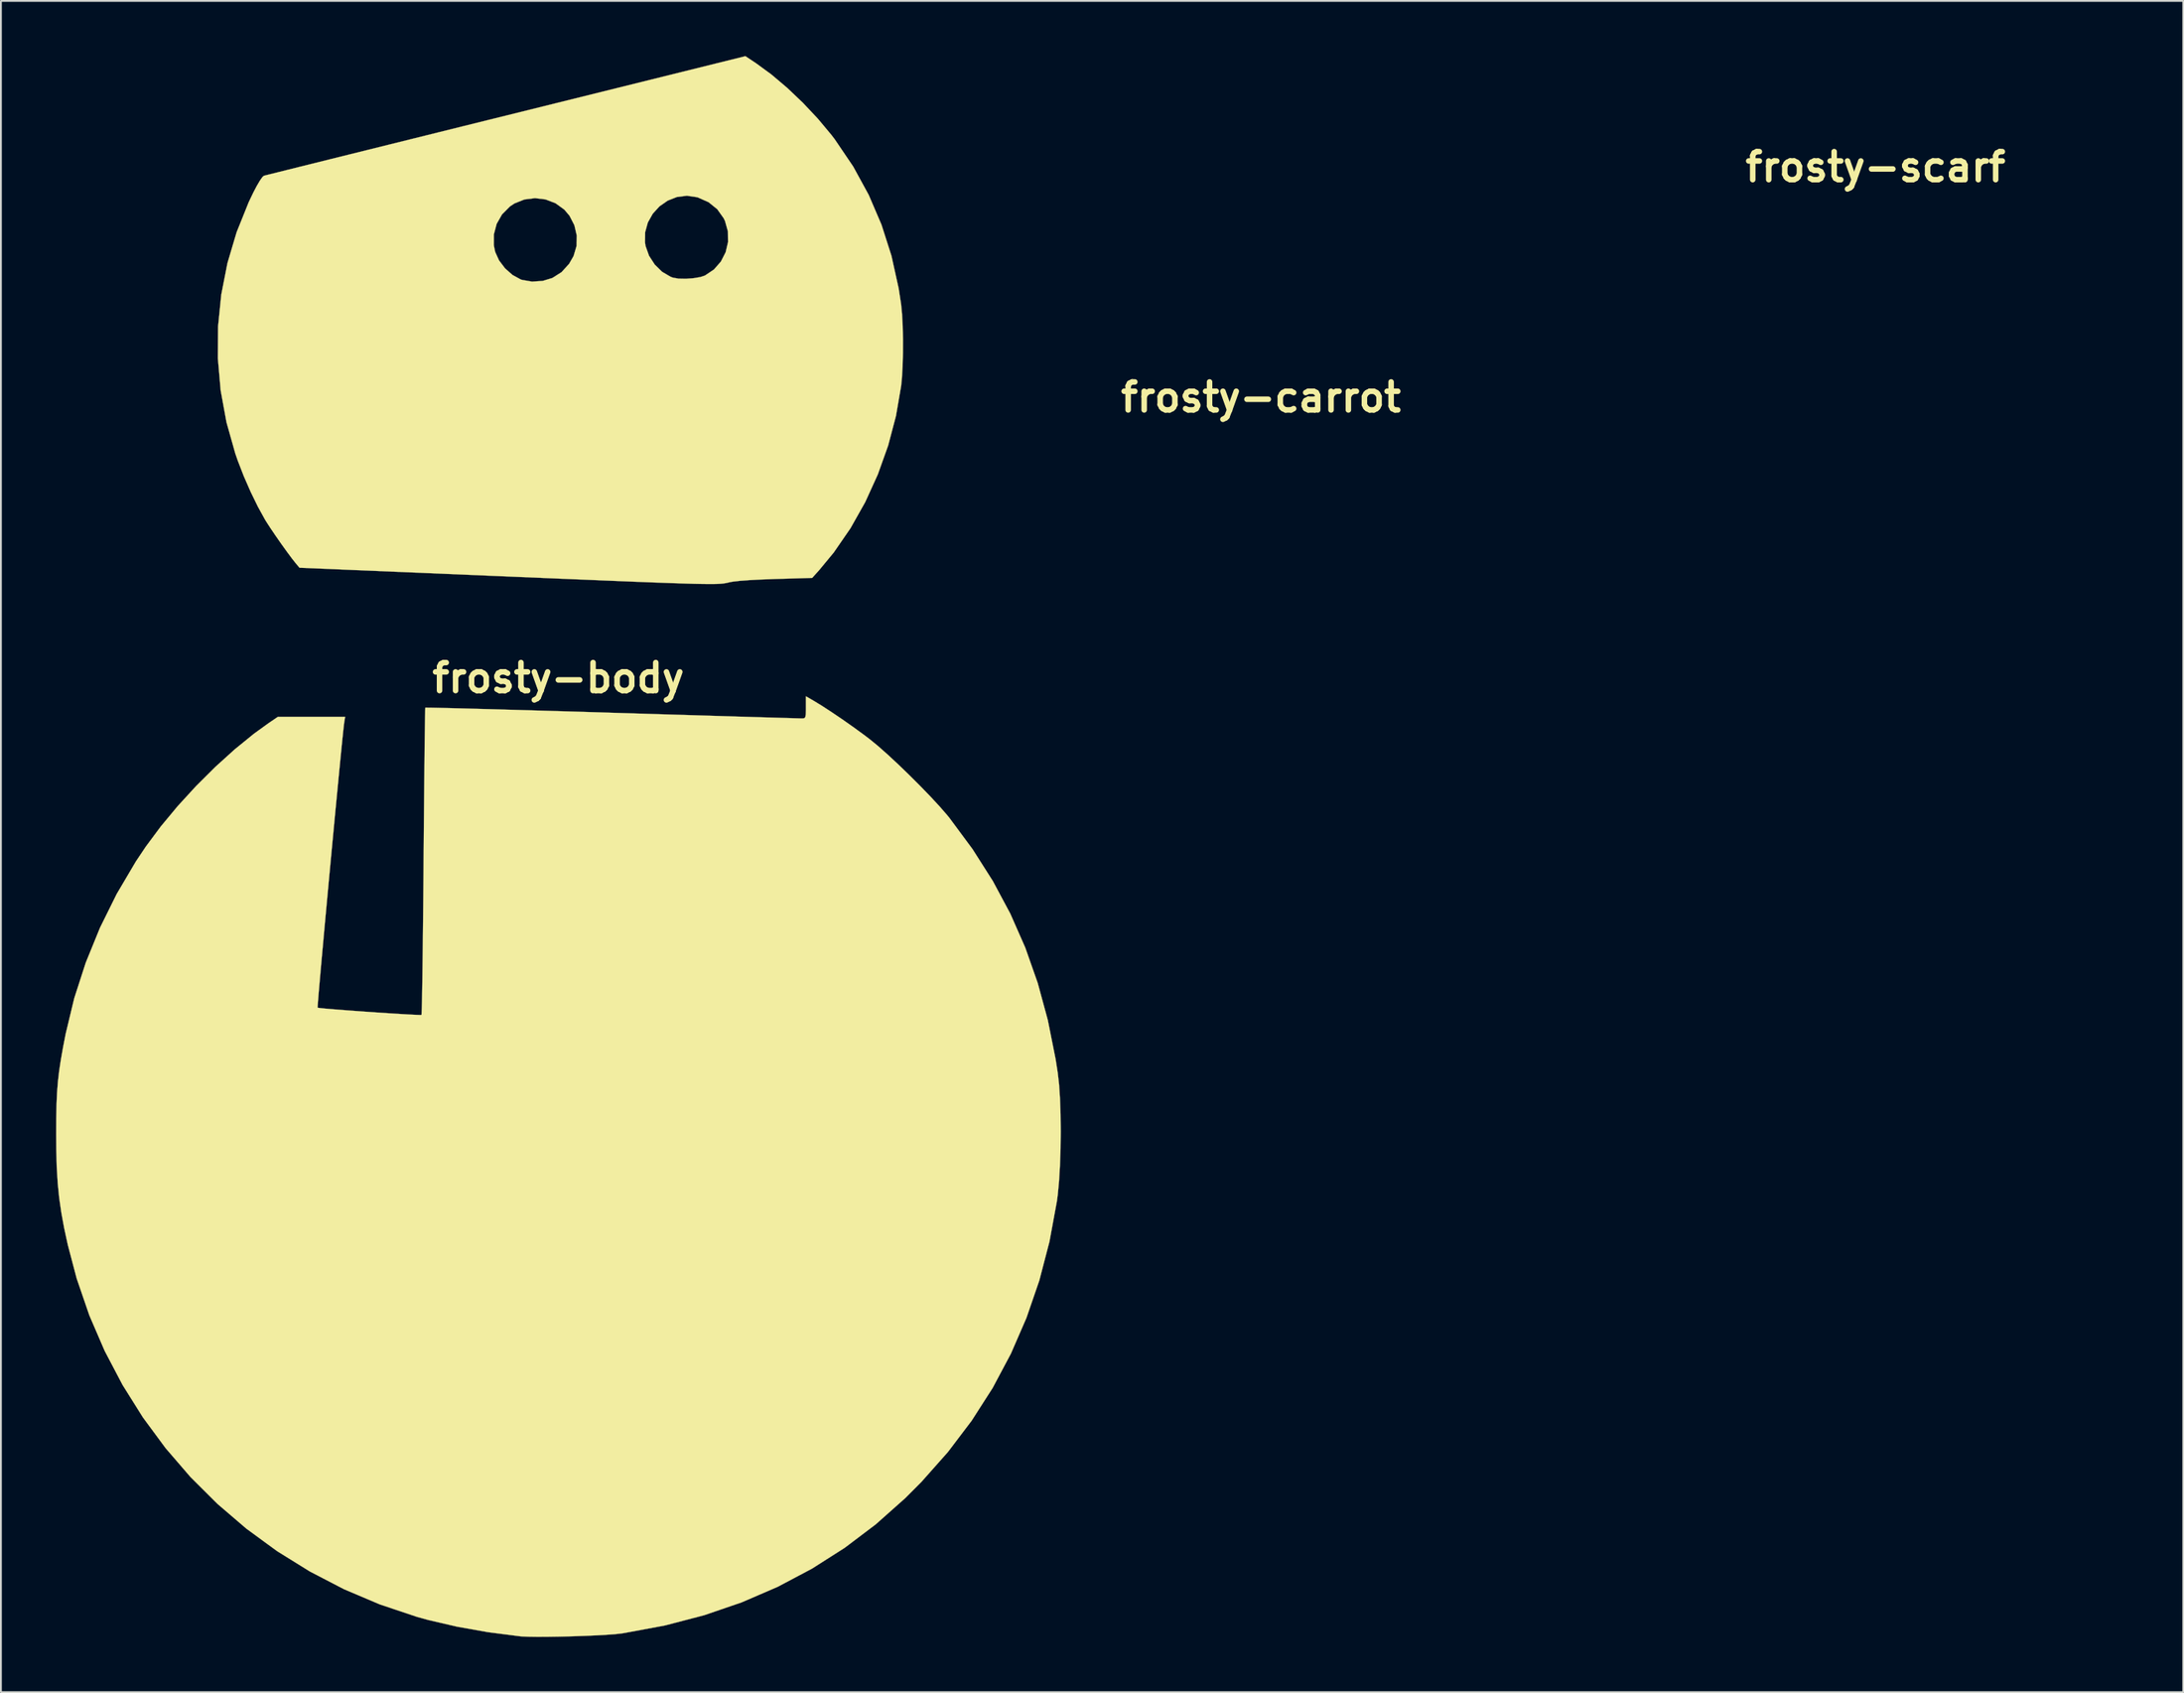
<source format=kicad_pcb>
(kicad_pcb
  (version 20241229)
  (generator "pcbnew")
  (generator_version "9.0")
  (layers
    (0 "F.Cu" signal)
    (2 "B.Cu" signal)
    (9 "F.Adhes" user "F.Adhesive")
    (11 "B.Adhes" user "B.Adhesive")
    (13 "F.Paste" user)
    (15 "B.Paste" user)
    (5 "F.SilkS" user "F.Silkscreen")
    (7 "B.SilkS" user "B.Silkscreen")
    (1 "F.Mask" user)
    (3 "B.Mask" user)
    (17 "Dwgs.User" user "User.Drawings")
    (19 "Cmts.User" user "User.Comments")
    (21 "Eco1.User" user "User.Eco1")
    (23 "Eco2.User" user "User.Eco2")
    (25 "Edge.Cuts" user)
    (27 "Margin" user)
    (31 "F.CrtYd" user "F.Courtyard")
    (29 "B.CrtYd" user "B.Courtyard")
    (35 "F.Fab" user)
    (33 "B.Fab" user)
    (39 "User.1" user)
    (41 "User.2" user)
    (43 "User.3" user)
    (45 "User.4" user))
  (footprint "frosty-scarf"
    (layer "F.Cu")
    (at 98.923 6.027)
    (property "Reference" "frosty-scarf" (at 0 0 0) (layer "F.SilkS") (effects (font (size 1.524 1.524) (thickness 0.3))))
    (attr through_hole)
    (fp_poly (pts (xy -15.675 -6.018) (xy -15.276 -6.007) (xy -14.735 -5.99) (xy -14.064 -5.967) (xy -13.27 -5.939) (xy -12.364 -5.906) (xy -11.355 -5.868) (xy -10.252 -5.826) (xy -9.065 -5.78) (xy -7.803 -5.73) (xy -6.476 -5.677) (xy -5.093 -5.621) (xy -3.664 -5.562) (xy -3.652 -5.562) (xy -1.964 -5.492) (xy -0.436 -5.429) (xy 0.94 -5.373) (xy 2.172 -5.323) (xy 3.269 -5.28) (xy 4.239 -5.242) (xy 5.091 -5.21) (xy 5.833 -5.183) (xy 6.474 -5.161) (xy 7.022 -5.144) (xy 7.486 -5.132) (xy 7.874 -5.124) (xy 8.195 -5.121) (xy 8.458 -5.121) (xy 8.67 -5.125) (xy 8.84 -5.133) (xy 8.977 -5.143) (xy 9.089 -5.157) (xy 9.185 -5.173) (xy 9.259 -5.188) (xy 9.633 -5.249) (xy 10.169 -5.301) (xy 10.86 -5.343) (xy 11.7 -5.376) (xy 11.795 -5.378) (xy 13.726 -5.433) (xy 13.68 -4.939) (xy 13.667 -4.744) (xy 13.651 -4.401) (xy 13.631 -3.933) (xy 13.61 -3.362) (xy 13.587 -2.709) (xy 13.564 -1.997) (xy 13.541 -1.246) (xy 13.538 -1.143) (xy 13.516 -0.413) (xy 13.494 0.263) (xy 13.474 0.866) (xy 13.456 1.377) (xy 13.44 1.779) (xy 13.427 2.052) (xy 13.418 2.18) (xy 13.417 2.187) (xy 13.331 2.188) (xy 13.086 2.183) (xy 12.692 2.175) (xy 12.16 2.161) (xy 11.5 2.144) (xy 10.723 2.123) (xy 9.838 2.098) (xy 8.855 2.07) (xy 7.786 2.039) (xy 6.641 2.005) (xy 5.429 1.969) (xy 4.161 1.93) (xy 3.098 1.898) (xy 1.792 1.858) (xy 0.534 1.82) (xy -0.667 1.785) (xy -1.8 1.752) (xy -2.854 1.721) (xy -3.82 1.694) (xy -4.686 1.671) (xy -5.443 1.651) (xy -6.081 1.635) (xy -6.589 1.624) (xy -6.956 1.617) (xy -7.173 1.614) (xy -7.231 1.616) (xy -7.237 1.704) (xy -7.244 1.949) (xy -7.251 2.341) (xy -7.26 2.868) (xy -7.269 3.518) (xy -7.279 4.28) (xy -7.289 5.143) (xy -7.3 6.094) (xy -7.31 7.123) (xy -7.321 8.218) (xy -7.332 9.367) (xy -7.337 9.984) (xy -7.351 11.517) (xy -7.365 12.902) (xy -7.38 14.134) (xy -7.395 15.213) (xy -7.411 16.135) (xy -7.426 16.899) (xy -7.442 17.503) (xy -7.458 17.945) (xy -7.475 18.221) (xy -7.491 18.331) (xy -7.493 18.333) (xy -7.595 18.332) (xy -7.846 18.319) (xy -8.224 18.297) (xy -8.708 18.267) (xy -9.279 18.23) (xy -9.915 18.187) (xy -10.312 18.159) (xy -10.975 18.112) (xy -11.583 18.067) (xy -12.115 18.024) (xy -12.55 17.987) (xy -12.87 17.957) (xy -13.053 17.935) (xy -13.089 17.927) (xy -13.086 17.84) (xy -13.068 17.599) (xy -13.037 17.219) (xy -12.993 16.713) (xy -12.939 16.096) (xy -12.875 15.382) (xy -12.803 14.586) (xy -12.724 13.722) (xy -12.64 12.805) (xy -12.551 11.849) (xy -12.46 10.868) (xy -12.368 9.877) (xy -12.275 8.89) (xy -12.183 7.922) (xy -12.095 6.986) (xy -12.01 6.098) (xy -11.93 5.272) (xy -11.857 4.521) (xy -11.792 3.861) (xy -11.737 3.306) (xy -11.692 2.87) (xy -11.659 2.568) (xy -11.642 2.434) (xy -11.597 2.117) (xy -16.187 2.117) (xy -16.127 -1.926) (xy -16.114 -2.738) (xy -16.1 -3.497) (xy -16.085 -4.187) (xy -16.069 -4.791) (xy -16.054 -5.293) (xy -16.039 -5.677) (xy -16.026 -5.924) (xy -16.014 -6.019) (xy -16.014 -6.02) (xy -15.924 -6.022) (xy -15.675 -6.018)) (stroke (width 0.01) (type solid)) (fill yes) (layer "F.Mask")))
  (footprint "frosty-body"
    (layer "F.Cu")
    (at 27.307 33.804)
    (property "Reference" "frosty-body" (at 0 0 0) (layer "F.SilkS") (effects (font (size 1.524 1.524) (thickness 0.3))))
    (attr through_hole)
    (fp_poly (pts (xy 10.737 -33.423) (xy 11.572 -32.813) (xy 12.437 -32.082) (xy 13.296 -31.266) (xy 14.111 -30.399) (xy 14.848 -29.516) (xy 15.032 -29.275) (xy 16.031 -27.8) (xy 16.876 -26.255) (xy 17.57 -24.637) (xy 18.112 -22.945) (xy 18.503 -21.175) (xy 18.635 -20.32) (xy 18.687 -19.786) (xy 18.722 -19.133) (xy 18.738 -18.409) (xy 18.736 -17.662) (xy 18.717 -16.941) (xy 18.68 -16.295) (xy 18.638 -15.875) (xy 18.357 -14.244) (xy 17.932 -12.634) (xy 17.371 -11.065) (xy 16.685 -9.558) (xy 15.883 -8.136) (xy 14.975 -6.819) (xy 14.179 -5.857) (xy 13.802 -5.438) (xy 11.791 -5.379) (xy 11.041 -5.351) (xy 10.395 -5.317) (xy 9.871 -5.278) (xy 9.486 -5.234) (xy 9.301 -5.2) (xy 9.21 -5.177) (xy 9.12 -5.158) (xy 9.021 -5.141) (xy 8.906 -5.127) (xy 8.764 -5.116) (xy 8.589 -5.108) (xy 8.371 -5.104) (xy 8.102 -5.105) (xy 7.772 -5.109) (xy 7.374 -5.117) (xy 6.899 -5.131) (xy 6.338 -5.149) (xy 5.683 -5.172) (xy 4.925 -5.2) (xy 4.056 -5.234) (xy 3.066 -5.274) (xy 1.948 -5.32) (xy 0.692 -5.372) (xy -0.71 -5.43) (xy -2.266 -5.495) (xy -3.459 -5.545) (xy -14.073 -5.99) (xy -14.278 -6.233) (xy -14.486 -6.497) (xy -14.756 -6.861) (xy -15.06 -7.284) (xy -15.367 -7.724) (xy -15.648 -8.139) (xy -15.874 -8.487) (xy -15.947 -8.606) (xy -16.333 -9.306) (xy -16.727 -10.113) (xy -17.102 -10.969) (xy -17.43 -11.815) (xy -17.561 -12.192) (xy -18.043 -13.901) (xy -18.359 -15.631) (xy -18.511 -17.372) (xy -18.5 -19.113) (xy -18.325 -20.843) (xy -17.989 -22.553) (xy -17.705 -23.511) (xy -3.507 -23.511) (xy -3.434 -23.159) (xy -3.225 -22.698) (xy -2.898 -22.265) (xy -2.493 -21.906) (xy -2.053 -21.665) (xy -1.98 -21.639) (xy -1.429 -21.544) (xy -0.848 -21.582) (xy -0.324 -21.742) (xy 0.174 -22.058) (xy 0.585 -22.509) (xy 0.828 -22.933) (xy 0.99 -23.478) (xy 0.994 -23.668) (xy 4.712 -23.668) (xy 4.744 -23.475) (xy 4.932 -22.948) (xy 5.242 -22.47) (xy 5.643 -22.077) (xy 6.103 -21.806) (xy 6.234 -21.758) (xy 6.537 -21.706) (xy 6.933 -21.698) (xy 7.353 -21.729) (xy 7.731 -21.794) (xy 7.971 -21.874) (xy 8.459 -22.2) (xy 8.837 -22.633) (xy 9.097 -23.143) (xy 9.228 -23.7) (xy 9.22 -24.275) (xy 9.063 -24.836) (xy 8.992 -24.987) (xy 8.642 -25.479) (xy 8.17 -25.861) (xy 7.591 -26.119) (xy 7.551 -26.132) (xy 6.991 -26.214) (xy 6.449 -26.146) (xy 5.946 -25.948) (xy 5.5 -25.638) (xy 5.134 -25.236) (xy 4.867 -24.76) (xy 4.72 -24.231) (xy 4.712 -23.668) (xy 0.994 -23.668) (xy 1.002 -24.05) (xy 0.872 -24.611) (xy 0.608 -25.125) (xy 0.325 -25.459) (xy -0.152 -25.805) (xy -0.695 -26.013) (xy -1.269 -26.083) (xy -1.843 -26.011) (xy -2.382 -25.797) (xy -2.635 -25.629) (xy -3.06 -25.201) (xy -3.354 -24.684) (xy -3.506 -24.111) (xy -3.507 -23.511) (xy -17.705 -23.511) (xy -17.491 -24.23) (xy -16.833 -25.865) (xy -16.581 -26.392) (xy -16.398 -26.741) (xy -16.228 -27.03) (xy -16.09 -27.227) (xy -16.013 -27.297) (xy -15.917 -27.322) (xy -15.665 -27.385) (xy -15.267 -27.484) (xy -14.73 -27.618) (xy -14.065 -27.784) (xy -13.28 -27.979) (xy -12.384 -28.202) (xy -11.385 -28.45) (xy -10.293 -28.721) (xy -9.117 -29.013) (xy -7.864 -29.324) (xy -6.545 -29.652) (xy -5.168 -29.994) (xy -3.742 -30.348) (xy -2.852 -30.568) (xy 10.171 -33.799) (xy 10.737 -33.423)) (stroke (width 0.01) (type solid)) (fill yes) (layer "F.SilkS"))
    (fp_poly (pts (xy 13.864 1.232) (xy 14.311 1.504) (xy 14.849 1.854) (xy 15.438 2.252) (xy 16.035 2.672) (xy 16.601 3.084) (xy 16.933 3.336) (xy 17.374 3.697) (xy 17.896 4.159) (xy 18.471 4.693) (xy 19.07 5.271) (xy 19.665 5.865) (xy 20.228 6.446) (xy 20.729 6.987) (xy 21.14 7.459) (xy 21.27 7.62) (xy 22.522 9.312) (xy 23.622 11.041) (xy 24.575 12.82) (xy 25.387 14.664) (xy 26.064 16.587) (xy 26.612 18.6) (xy 27.036 20.72) (xy 27.152 21.463) (xy 27.225 22.105) (xy 27.276 22.877) (xy 27.306 23.741) (xy 27.316 24.657) (xy 27.305 25.59) (xy 27.274 26.499) (xy 27.224 27.347) (xy 27.154 28.096) (xy 27.108 28.442) (xy 26.703 30.642) (xy 26.151 32.757) (xy 25.452 34.787) (xy 24.606 36.734) (xy 23.613 38.599) (xy 22.471 40.381) (xy 21.181 42.083) (xy 19.743 43.704) (xy 18.849 44.6) (xy 17.253 46.018) (xy 15.567 47.292) (xy 13.791 48.423) (xy 11.926 49.411) (xy 9.97 50.255) (xy 7.925 50.956) (xy 5.791 51.513) (xy 3.567 51.926) (xy 3.429 51.947) (xy 3.093 51.984) (xy 2.625 52.019) (xy 2.059 52.051) (xy 1.425 52.078) (xy 0.757 52.101) (xy 0.086 52.118) (xy -0.556 52.128) (xy -1.136 52.131) (xy -1.623 52.124) (xy -1.984 52.109) (xy -2.074 52.101) (xy -3.828 51.876) (xy -5.5 51.579) (xy -7.058 51.218) (xy -7.69 51.043) (xy -9.709 50.366) (xy -11.652 49.542) (xy -13.512 48.576) (xy -15.283 47.477) (xy -16.959 46.251) (xy -18.533 44.903) (xy -20 43.442) (xy -21.352 41.873) (xy -22.585 40.203) (xy -23.691 38.439) (xy -24.664 36.588) (xy -25.498 34.656) (xy -26.187 32.65) (xy -26.672 30.812) (xy -26.869 29.901) (xy -27.022 29.068) (xy -27.137 28.271) (xy -27.218 27.467) (xy -27.27 26.613) (xy -27.296 25.668) (xy -27.302 24.807) (xy -27.298 23.942) (xy -27.283 23.205) (xy -27.255 22.558) (xy -27.208 21.959) (xy -27.14 21.369) (xy -27.046 20.748) (xy -26.923 20.056) (xy -26.786 19.352) (xy -26.319 17.412) (xy -25.694 15.48) (xy -24.92 13.582) (xy -24.009 11.742) (xy -22.971 9.983) (xy -22.428 9.171) (xy -21.612 8.073) (xy -20.692 6.967) (xy -19.697 5.881) (xy -18.655 4.844) (xy -17.595 3.885) (xy -16.546 3.032) (xy -15.75 2.457) (xy -15.249 2.117) (xy -11.592 2.117) (xy -11.638 2.392) (xy -11.659 2.552) (xy -11.693 2.859) (xy -11.739 3.3) (xy -11.795 3.86) (xy -11.861 4.524) (xy -11.934 5.278) (xy -12.014 6.107) (xy -12.1 6.998) (xy -12.189 7.936) (xy -12.28 8.906) (xy -12.373 9.894) (xy -12.466 10.886) (xy -12.557 11.867) (xy -12.645 12.824) (xy -12.729 13.74) (xy -12.807 14.603) (xy -12.879 15.398) (xy -12.942 16.11) (xy -12.996 16.725) (xy -13.039 17.229) (xy -13.069 17.607) (xy -13.086 17.845) (xy -13.088 17.928) (xy -12.996 17.944) (xy -12.76 17.969) (xy -12.402 18.001) (xy -11.949 18.037) (xy -11.423 18.078) (xy -10.849 18.12) (xy -10.252 18.162) (xy -9.655 18.203) (xy -9.083 18.24) (xy -8.559 18.273) (xy -8.109 18.299) (xy -7.756 18.316) (xy -7.525 18.324) (xy -7.441 18.32) (xy -7.433 18.234) (xy -7.424 17.989) (xy -7.414 17.598) (xy -7.404 17.072) (xy -7.393 16.423) (xy -7.383 15.661) (xy -7.372 14.8) (xy -7.361 13.849) (xy -7.35 12.821) (xy -7.34 11.727) (xy -7.33 10.579) (xy -7.326 9.971) (xy -7.317 8.799) (xy -7.307 7.676) (xy -7.298 6.612) (xy -7.289 5.62) (xy -7.279 4.711) (xy -7.271 3.897) (xy -7.262 3.188) (xy -7.254 2.597) (xy -7.247 2.134) (xy -7.24 1.813) (xy -7.235 1.643) (xy -7.233 1.618) (xy -7.146 1.617) (xy -6.9 1.62) (xy -6.506 1.628) (xy -5.973 1.641) (xy -5.313 1.657) (xy -4.536 1.678) (xy -3.652 1.702) (xy -2.671 1.73) (xy -1.604 1.76) (xy -0.462 1.794) (xy 0.746 1.829) (xy 2.009 1.867) (xy 2.94 1.896) (xy 4.239 1.935) (xy 5.493 1.974) (xy 6.691 2.01) (xy 7.823 2.044) (xy 8.878 2.076) (xy 9.845 2.105) (xy 10.714 2.131) (xy 11.474 2.153) (xy 12.115 2.172) (xy 12.626 2.187) (xy 12.996 2.197) (xy 13.214 2.203) (xy 13.271 2.204) (xy 13.371 2.191) (xy 13.428 2.131) (xy 13.454 1.987) (xy 13.462 1.723) (xy 13.462 1.601) (xy 13.462 1) (xy 13.864 1.232)) (stroke (width 0.01) (type solid)) (fill yes) (layer "F.SilkS")))
  (footprint "frosty-carrot"
    (layer "F.Cu")
    (at 65.509 18.547)
    (property "Reference" "frosty-carrot" (at 0 0 0) (layer "F.SilkS") (effects (font (size 1.524 1.524) (thickness 0.3))))
    (attr through_hole)
    (fp_poly (pts (xy 2.238 -18.534) (xy 2.511 -18.512) (xy 2.917 -18.477) (xy 3.438 -18.431) (xy 4.058 -18.374) (xy 4.762 -18.31) (xy 5.532 -18.238) (xy 6.353 -18.162) (xy 7.207 -18.082) (xy 8.08 -18) (xy 8.954 -17.917) (xy 9.813 -17.835) (xy 10.641 -17.756) (xy 11.422 -17.68) (xy 12.138 -17.611) (xy 12.775 -17.548) (xy 13.315 -17.495) (xy 13.743 -17.451) (xy 14.041 -17.419) (xy 14.194 -17.401) (xy 14.211 -17.398) (xy 14.217 -17.328) (xy 14.131 -17.302) (xy 13.895 -17.236) (xy 13.522 -17.132) (xy 13.023 -16.995) (xy 12.413 -16.827) (xy 11.704 -16.634) (xy 10.909 -16.417) (xy 10.041 -16.181) (xy 9.113 -15.93) (xy 8.228 -15.69) (xy 2.275 -14.08) (xy 1.891 -14.893) (xy 1.664 -15.367) (xy 1.5 -15.72) (xy 1.393 -15.985) (xy 1.341 -16.197) (xy 1.341 -16.389) (xy 1.388 -16.597) (xy 1.48 -16.855) (xy 1.612 -17.198) (xy 1.647 -17.288) (xy 1.792 -17.682) (xy 1.913 -18.024) (xy 1.996 -18.281) (xy 2.032 -18.418) (xy 2.032 -18.424) (xy 2.078 -18.531) (xy 2.112 -18.542) (xy 2.238 -18.534)) (stroke (width 0.01) (type solid)) (fill yes) (layer "F.Mask")))
  (gr_rect
    (start -3 -3)
    (end 115.654 88.94)
    (stroke (width 0.1) (type default))
    (fill no)
    (layer "Edge.Cuts")))
</source>
